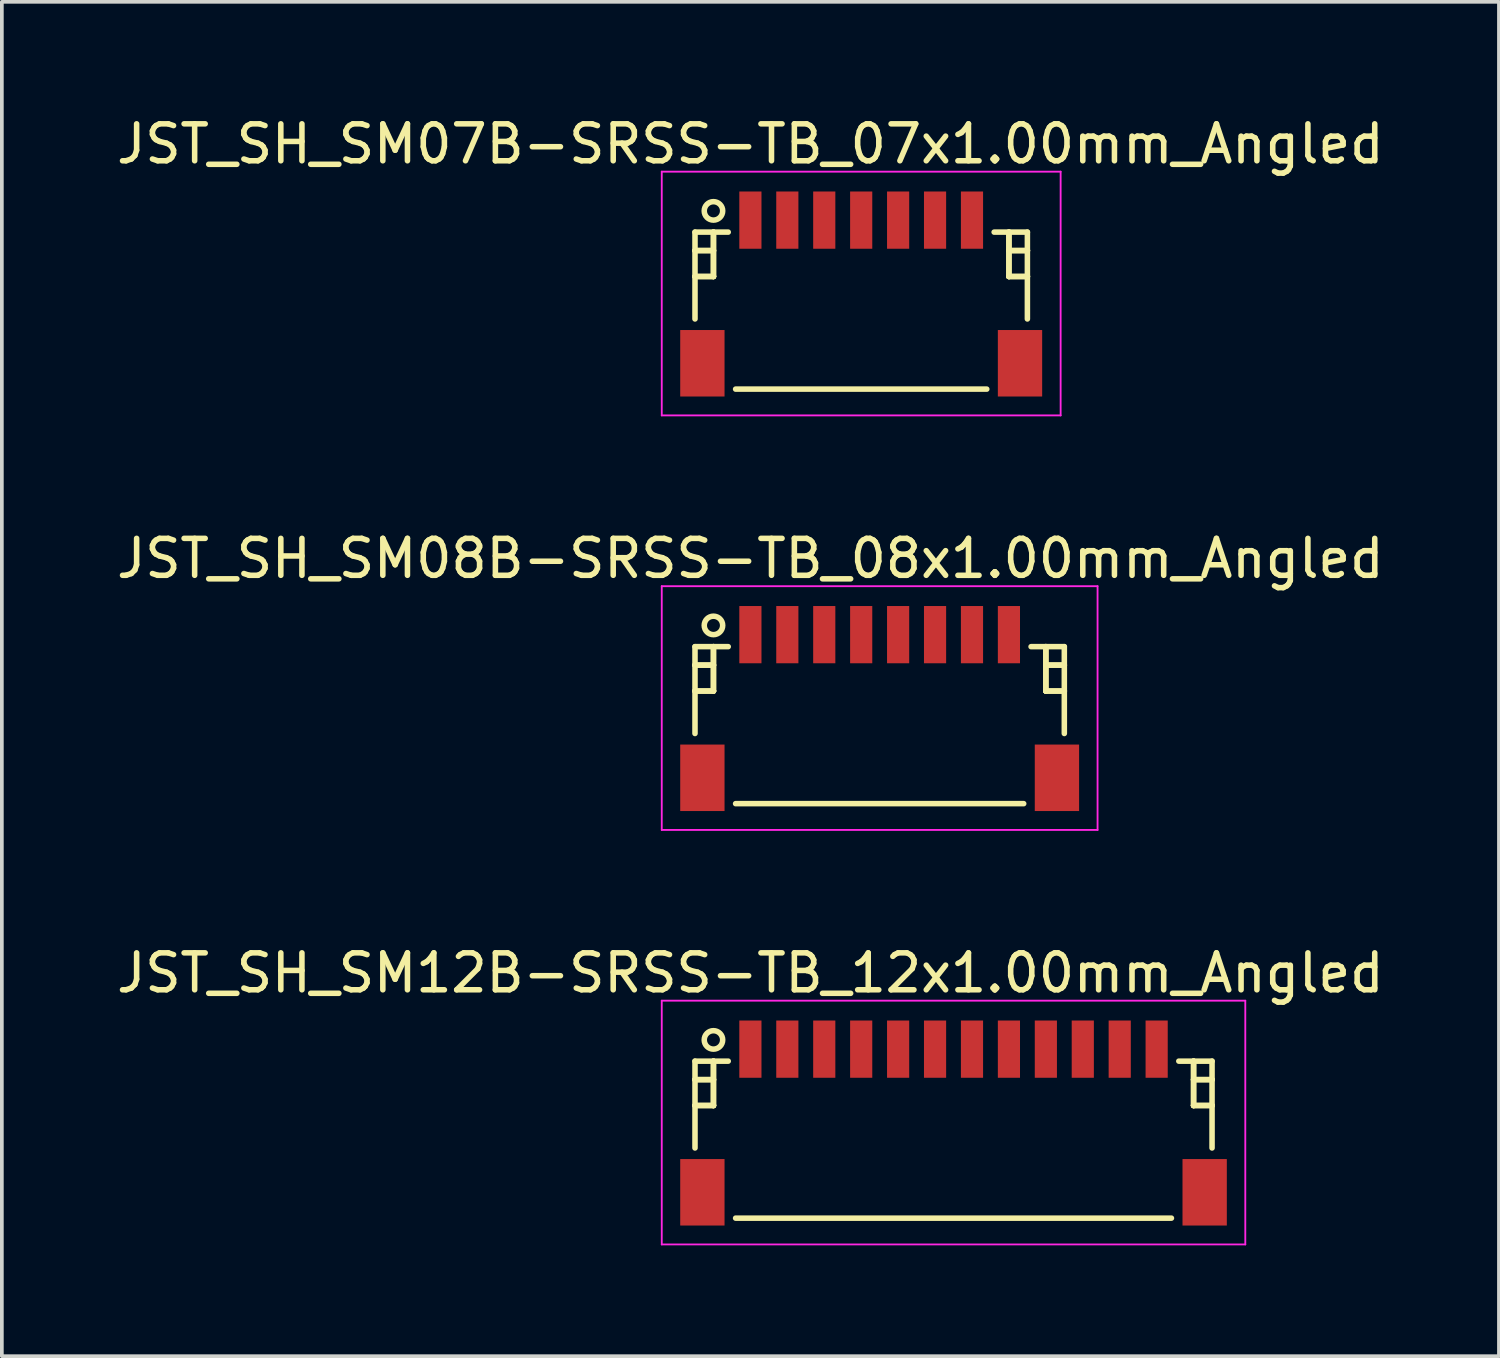
<source format=kicad_pcb>
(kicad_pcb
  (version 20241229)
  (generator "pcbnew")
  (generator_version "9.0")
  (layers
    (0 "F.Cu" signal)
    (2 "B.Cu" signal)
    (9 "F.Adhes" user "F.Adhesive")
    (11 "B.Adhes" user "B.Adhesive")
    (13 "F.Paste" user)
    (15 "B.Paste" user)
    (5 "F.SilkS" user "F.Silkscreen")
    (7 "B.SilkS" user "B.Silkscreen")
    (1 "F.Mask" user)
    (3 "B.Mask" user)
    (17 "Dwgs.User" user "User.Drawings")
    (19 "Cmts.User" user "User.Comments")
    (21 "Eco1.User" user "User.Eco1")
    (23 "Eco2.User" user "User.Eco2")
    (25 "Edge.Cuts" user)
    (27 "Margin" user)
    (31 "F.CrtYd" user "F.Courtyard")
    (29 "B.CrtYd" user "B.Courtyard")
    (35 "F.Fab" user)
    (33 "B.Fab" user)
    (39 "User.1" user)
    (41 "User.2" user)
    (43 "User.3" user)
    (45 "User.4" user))
  (footprint "JST_SH_SM08B-SRSS-TB_08x1.00mm_Angled"
    (layer "F.Cu")
    (at 20.768 16.072)
    (property "Reference" "JST_SH_SM08B-SRSS-TB_08x1.00mm_Angled" (at -3.5 -4 0) (layer "F.SilkS") (effects (font (size 1 1) (thickness 0.15))))
    (attr smd)
    (fp_line (start -5 -1.613) (end -4.1 -1.613) (stroke (width 0.15) (type solid)) (layer "F.SilkS"))
    (fp_line (start -5 -1.113) (end -5 -1.113) (stroke (width 0.15) (type solid)) (layer "F.SilkS"))
    (fp_line (start -5 -1.113) (end -4.5 -1.113) (stroke (width 0.15) (type solid)) (layer "F.SilkS"))
    (fp_line (start -5 -0.412) (end -5 -0.412) (stroke (width 0.15) (type solid)) (layer "F.SilkS"))
    (fp_line (start -5 -0.412) (end -4.5 -0.412) (stroke (width 0.15) (type solid)) (layer "F.SilkS"))
    (fp_line (start -5 0.738) (end -5 -1.613) (stroke (width 0.15) (type solid)) (layer "F.SilkS"))
    (fp_line (start -4.5 -1.613) (end -4.5 -1.613) (stroke (width 0.15) (type solid)) (layer "F.SilkS"))
    (fp_line (start -4.5 -1.613) (end -4.5 -0.412) (stroke (width 0.15) (type solid)) (layer "F.SilkS"))
    (fp_line (start -4.5 -1.113) (end -5 -1.113) (stroke (width 0.15) (type solid)) (layer "F.SilkS"))
    (fp_line (start -4.5 -1.113) (end -4.5 -1.113) (stroke (width 0.15) (type solid)) (layer "F.SilkS"))
    (fp_line (start -4.5 -0.412) (end -5 -0.412) (stroke (width 0.15) (type solid)) (layer "F.SilkS"))
    (fp_line (start -4.5 -0.412) (end -4.5 -1.613) (stroke (width 0.15) (type solid)) (layer "F.SilkS"))
    (fp_line (start -4.5 -0.412) (end -4.5 -0.412) (stroke (width 0.15) (type solid)) (layer "F.SilkS"))
    (fp_line (start -4.5 -0.412) (end -4.5 -0.412) (stroke (width 0.15) (type solid)) (layer "F.SilkS"))
    (fp_line (start -3.9 2.638) (end 3.9 2.638) (stroke (width 0.15) (type solid)) (layer "F.SilkS"))
    (fp_line (start 4.5 -1.613) (end 4.5 -1.613) (stroke (width 0.15) (type solid)) (layer "F.SilkS"))
    (fp_line (start 4.5 -1.613) (end 4.5 -0.412) (stroke (width 0.15) (type solid)) (layer "F.SilkS"))
    (fp_line (start 4.5 -1.113) (end 4.5 -1.113) (stroke (width 0.15) (type solid)) (layer "F.SilkS"))
    (fp_line (start 4.5 -1.113) (end 5 -1.113) (stroke (width 0.15) (type solid)) (layer "F.SilkS"))
    (fp_line (start 4.5 -0.412) (end 4.5 -1.613) (stroke (width 0.15) (type solid)) (layer "F.SilkS"))
    (fp_line (start 4.5 -0.412) (end 4.5 -0.412) (stroke (width 0.15) (type solid)) (layer "F.SilkS"))
    (fp_line (start 4.5 -0.412) (end 4.5 -0.412) (stroke (width 0.15) (type solid)) (layer "F.SilkS"))
    (fp_line (start 4.5 -0.412) (end 5 -0.412) (stroke (width 0.15) (type solid)) (layer "F.SilkS"))
    (fp_line (start 5 -1.613) (end 4.1 -1.613) (stroke (width 0.15) (type solid)) (layer "F.SilkS"))
    (fp_line (start 5 -1.113) (end 4.5 -1.113) (stroke (width 0.15) (type solid)) (layer "F.SilkS"))
    (fp_line (start 5 -1.113) (end 5 -1.113) (stroke (width 0.15) (type solid)) (layer "F.SilkS"))
    (fp_line (start 5 -0.412) (end 4.5 -0.412) (stroke (width 0.15) (type solid)) (layer "F.SilkS"))
    (fp_line (start 5 -0.412) (end 5 -0.412) (stroke (width 0.15) (type solid)) (layer "F.SilkS"))
    (fp_line (start 5 0.738) (end 5 -1.613) (stroke (width 0.15) (type solid)) (layer "F.SilkS"))
    (fp_circle (center -4.5 -2.188) (end -4.25 -2.188) (stroke (width 0.15) (type solid)) (fill no) (layer "F.SilkS"))
    (fp_line (start -5.9 -3.25) (end 5.9 -3.25) (stroke (width 0.05) (type solid)) (layer "F.CrtYd"))
    (fp_line (start -5.9 3.35) (end -5.9 -3.25) (stroke (width 0.05) (type solid)) (layer "F.CrtYd"))
    (fp_line (start 5.9 -3.25) (end 5.9 3.35) (stroke (width 0.05) (type solid)) (layer "F.CrtYd"))
    (fp_line (start 5.9 3.35) (end -5.9 3.35) (stroke (width 0.05) (type solid)) (layer "F.CrtYd"))
    (pad "" smd rect (at -4.8 1.938) (size 1.2 1.8) (layers "F.Cu" "F.Mask" "F.Paste"))
    (pad "" smd rect (at 4.8 1.938) (size 1.2 1.8) (layers "F.Cu" "F.Mask" "F.Paste"))
    (pad "1" smd rect (at -3.5 -1.938) (size 0.6 1.55) (layers "F.Cu" "F.Mask" "F.Paste"))
    (pad "2" smd rect (at -2.5 -1.938) (size 0.6 1.55) (layers "F.Cu" "F.Mask" "F.Paste"))
    (pad "3" smd rect (at -1.5 -1.938) (size 0.6 1.55) (layers "F.Cu" "F.Mask" "F.Paste"))
    (pad "4" smd rect (at -0.5 -1.938) (size 0.6 1.55) (layers "F.Cu" "F.Mask" "F.Paste"))
    (pad "5" smd rect (at 0.5 -1.938) (size 0.6 1.55) (layers "F.Cu" "F.Mask" "F.Paste"))
    (pad "6" smd rect (at 1.5 -1.938) (size 0.6 1.55) (layers "F.Cu" "F.Mask" "F.Paste"))
    (pad "7" smd rect (at 2.5 -1.938) (size 0.6 1.55) (layers "F.Cu" "F.Mask" "F.Paste"))
    (pad "8" smd rect (at 3.5 -1.938) (size 0.6 1.55) (layers "F.Cu" "F.Mask" "F.Paste")))
  (footprint "JST_SH_SM07B-SRSS-TB_07x1.00mm_Angled"
    (layer "F.Cu")
    (at 20.268 4.848)
    (property "Reference" "JST_SH_SM07B-SRSS-TB_07x1.00mm_Angled" (at -3 -4 0) (layer "F.SilkS") (effects (font (size 1 1) (thickness 0.15))))
    (attr smd)
    (fp_line (start -4.5 -1.613) (end -3.6 -1.613) (stroke (width 0.15) (type solid)) (layer "F.SilkS"))
    (fp_line (start -4.5 -1.113) (end -4.5 -1.113) (stroke (width 0.15) (type solid)) (layer "F.SilkS"))
    (fp_line (start -4.5 -1.113) (end -4 -1.113) (stroke (width 0.15) (type solid)) (layer "F.SilkS"))
    (fp_line (start -4.5 -0.412) (end -4.5 -0.412) (stroke (width 0.15) (type solid)) (layer "F.SilkS"))
    (fp_line (start -4.5 -0.412) (end -4 -0.412) (stroke (width 0.15) (type solid)) (layer "F.SilkS"))
    (fp_line (start -4.5 0.738) (end -4.5 -1.613) (stroke (width 0.15) (type solid)) (layer "F.SilkS"))
    (fp_line (start -4 -1.613) (end -4 -1.613) (stroke (width 0.15) (type solid)) (layer "F.SilkS"))
    (fp_line (start -4 -1.613) (end -4 -0.412) (stroke (width 0.15) (type solid)) (layer "F.SilkS"))
    (fp_line (start -4 -1.113) (end -4.5 -1.113) (stroke (width 0.15) (type solid)) (layer "F.SilkS"))
    (fp_line (start -4 -1.113) (end -4 -1.113) (stroke (width 0.15) (type solid)) (layer "F.SilkS"))
    (fp_line (start -4 -0.412) (end -4.5 -0.412) (stroke (width 0.15) (type solid)) (layer "F.SilkS"))
    (fp_line (start -4 -0.412) (end -4 -1.613) (stroke (width 0.15) (type solid)) (layer "F.SilkS"))
    (fp_line (start -4 -0.412) (end -4 -0.412) (stroke (width 0.15) (type solid)) (layer "F.SilkS"))
    (fp_line (start -4 -0.412) (end -4 -0.412) (stroke (width 0.15) (type solid)) (layer "F.SilkS"))
    (fp_line (start -3.4 2.638) (end 3.4 2.638) (stroke (width 0.15) (type solid)) (layer "F.SilkS"))
    (fp_line (start 4 -1.613) (end 4 -1.613) (stroke (width 0.15) (type solid)) (layer "F.SilkS"))
    (fp_line (start 4 -1.613) (end 4 -0.412) (stroke (width 0.15) (type solid)) (layer "F.SilkS"))
    (fp_line (start 4 -1.113) (end 4 -1.113) (stroke (width 0.15) (type solid)) (layer "F.SilkS"))
    (fp_line (start 4 -1.113) (end 4.5 -1.113) (stroke (width 0.15) (type solid)) (layer "F.SilkS"))
    (fp_line (start 4 -0.412) (end 4 -1.613) (stroke (width 0.15) (type solid)) (layer "F.SilkS"))
    (fp_line (start 4 -0.412) (end 4 -0.412) (stroke (width 0.15) (type solid)) (layer "F.SilkS"))
    (fp_line (start 4 -0.412) (end 4 -0.412) (stroke (width 0.15) (type solid)) (layer "F.SilkS"))
    (fp_line (start 4 -0.412) (end 4.5 -0.412) (stroke (width 0.15) (type solid)) (layer "F.SilkS"))
    (fp_line (start 4.5 -1.613) (end 3.6 -1.613) (stroke (width 0.15) (type solid)) (layer "F.SilkS"))
    (fp_line (start 4.5 -1.113) (end 4 -1.113) (stroke (width 0.15) (type solid)) (layer "F.SilkS"))
    (fp_line (start 4.5 -1.113) (end 4.5 -1.113) (stroke (width 0.15) (type solid)) (layer "F.SilkS"))
    (fp_line (start 4.5 -0.412) (end 4 -0.412) (stroke (width 0.15) (type solid)) (layer "F.SilkS"))
    (fp_line (start 4.5 -0.412) (end 4.5 -0.412) (stroke (width 0.15) (type solid)) (layer "F.SilkS"))
    (fp_line (start 4.5 0.738) (end 4.5 -1.613) (stroke (width 0.15) (type solid)) (layer "F.SilkS"))
    (fp_circle (center -4 -2.188) (end -3.75 -2.188) (stroke (width 0.15) (type solid)) (fill no) (layer "F.SilkS"))
    (fp_line (start -5.4 -3.25) (end 5.4 -3.25) (stroke (width 0.05) (type solid)) (layer "F.CrtYd"))
    (fp_line (start -5.4 3.35) (end -5.4 -3.25) (stroke (width 0.05) (type solid)) (layer "F.CrtYd"))
    (fp_line (start 5.4 -3.25) (end 5.4 3.35) (stroke (width 0.05) (type solid)) (layer "F.CrtYd"))
    (fp_line (start 5.4 3.35) (end -5.4 3.35) (stroke (width 0.05) (type solid)) (layer "F.CrtYd"))
    (pad "" smd rect (at -4.3 1.938) (size 1.2 1.8) (layers "F.Cu" "F.Mask" "F.Paste"))
    (pad "" smd rect (at 4.3 1.938) (size 1.2 1.8) (layers "F.Cu" "F.Mask" "F.Paste"))
    (pad "1" smd rect (at -3 -1.938) (size 0.6 1.55) (layers "F.Cu" "F.Mask" "F.Paste"))
    (pad "2" smd rect (at -2 -1.938) (size 0.6 1.55) (layers "F.Cu" "F.Mask" "F.Paste"))
    (pad "3" smd rect (at -1 -1.938) (size 0.6 1.55) (layers "F.Cu" "F.Mask" "F.Paste"))
    (pad "4" smd rect (at 0 -1.938) (size 0.6 1.55) (layers "F.Cu" "F.Mask" "F.Paste"))
    (pad "5" smd rect (at 1 -1.938) (size 0.6 1.55) (layers "F.Cu" "F.Mask" "F.Paste"))
    (pad "6" smd rect (at 2 -1.938) (size 0.6 1.55) (layers "F.Cu" "F.Mask" "F.Paste"))
    (pad "7" smd rect (at 3 -1.938) (size 0.6 1.55) (layers "F.Cu" "F.Mask" "F.Paste")))
  (footprint "JST_SH_SM12B-SRSS-TB_12x1.00mm_Angled"
    (layer "F.Cu")
    (at 22.768 27.295)
    (property "Reference" "JST_SH_SM12B-SRSS-TB_12x1.00mm_Angled" (at -5.5 -4 0) (layer "F.SilkS") (effects (font (size 1 1) (thickness 0.15))))
    (attr smd)
    (fp_line (start -7 -1.613) (end -6.1 -1.613) (stroke (width 0.15) (type solid)) (layer "F.SilkS"))
    (fp_line (start -7 -1.113) (end -7 -1.113) (stroke (width 0.15) (type solid)) (layer "F.SilkS"))
    (fp_line (start -7 -1.113) (end -6.5 -1.113) (stroke (width 0.15) (type solid)) (layer "F.SilkS"))
    (fp_line (start -7 -0.412) (end -7 -0.412) (stroke (width 0.15) (type solid)) (layer "F.SilkS"))
    (fp_line (start -7 -0.412) (end -6.5 -0.412) (stroke (width 0.15) (type solid)) (layer "F.SilkS"))
    (fp_line (start -7 0.738) (end -7 -1.613) (stroke (width 0.15) (type solid)) (layer "F.SilkS"))
    (fp_line (start -6.5 -1.613) (end -6.5 -1.613) (stroke (width 0.15) (type solid)) (layer "F.SilkS"))
    (fp_line (start -6.5 -1.613) (end -6.5 -0.412) (stroke (width 0.15) (type solid)) (layer "F.SilkS"))
    (fp_line (start -6.5 -1.113) (end -7 -1.113) (stroke (width 0.15) (type solid)) (layer "F.SilkS"))
    (fp_line (start -6.5 -1.113) (end -6.5 -1.113) (stroke (width 0.15) (type solid)) (layer "F.SilkS"))
    (fp_line (start -6.5 -0.412) (end -7 -0.412) (stroke (width 0.15) (type solid)) (layer "F.SilkS"))
    (fp_line (start -6.5 -0.412) (end -6.5 -1.613) (stroke (width 0.15) (type solid)) (layer "F.SilkS"))
    (fp_line (start -6.5 -0.412) (end -6.5 -0.412) (stroke (width 0.15) (type solid)) (layer "F.SilkS"))
    (fp_line (start -6.5 -0.412) (end -6.5 -0.412) (stroke (width 0.15) (type solid)) (layer "F.SilkS"))
    (fp_line (start -5.9 2.638) (end 5.9 2.638) (stroke (width 0.15) (type solid)) (layer "F.SilkS"))
    (fp_line (start 6.5 -1.613) (end 6.5 -1.613) (stroke (width 0.15) (type solid)) (layer "F.SilkS"))
    (fp_line (start 6.5 -1.613) (end 6.5 -0.412) (stroke (width 0.15) (type solid)) (layer "F.SilkS"))
    (fp_line (start 6.5 -1.113) (end 6.5 -1.113) (stroke (width 0.15) (type solid)) (layer "F.SilkS"))
    (fp_line (start 6.5 -1.113) (end 7 -1.113) (stroke (width 0.15) (type solid)) (layer "F.SilkS"))
    (fp_line (start 6.5 -0.412) (end 6.5 -1.613) (stroke (width 0.15) (type solid)) (layer "F.SilkS"))
    (fp_line (start 6.5 -0.412) (end 6.5 -0.412) (stroke (width 0.15) (type solid)) (layer "F.SilkS"))
    (fp_line (start 6.5 -0.412) (end 6.5 -0.412) (stroke (width 0.15) (type solid)) (layer "F.SilkS"))
    (fp_line (start 6.5 -0.412) (end 7 -0.412) (stroke (width 0.15) (type solid)) (layer "F.SilkS"))
    (fp_line (start 7 -1.613) (end 6.1 -1.613) (stroke (width 0.15) (type solid)) (layer "F.SilkS"))
    (fp_line (start 7 -1.113) (end 6.5 -1.113) (stroke (width 0.15) (type solid)) (layer "F.SilkS"))
    (fp_line (start 7 -1.113) (end 7 -1.113) (stroke (width 0.15) (type solid)) (layer "F.SilkS"))
    (fp_line (start 7 -0.412) (end 6.5 -0.412) (stroke (width 0.15) (type solid)) (layer "F.SilkS"))
    (fp_line (start 7 -0.412) (end 7 -0.412) (stroke (width 0.15) (type solid)) (layer "F.SilkS"))
    (fp_line (start 7 0.738) (end 7 -1.613) (stroke (width 0.15) (type solid)) (layer "F.SilkS"))
    (fp_circle (center -6.5 -2.188) (end -6.25 -2.188) (stroke (width 0.15) (type solid)) (fill no) (layer "F.SilkS"))
    (fp_line (start -7.9 -3.25) (end 7.9 -3.25) (stroke (width 0.05) (type solid)) (layer "F.CrtYd"))
    (fp_line (start -7.9 3.35) (end -7.9 -3.25) (stroke (width 0.05) (type solid)) (layer "F.CrtYd"))
    (fp_line (start 7.9 -3.25) (end 7.9 3.35) (stroke (width 0.05) (type solid)) (layer "F.CrtYd"))
    (fp_line (start 7.9 3.35) (end -7.9 3.35) (stroke (width 0.05) (type solid)) (layer "F.CrtYd"))
    (pad "" smd rect (at -6.8 1.938) (size 1.2 1.8) (layers "F.Cu" "F.Mask" "F.Paste"))
    (pad "" smd rect (at 6.8 1.938) (size 1.2 1.8) (layers "F.Cu" "F.Mask" "F.Paste"))
    (pad "1" smd rect (at -5.5 -1.938) (size 0.6 1.55) (layers "F.Cu" "F.Mask" "F.Paste"))
    (pad "2" smd rect (at -4.5 -1.938) (size 0.6 1.55) (layers "F.Cu" "F.Mask" "F.Paste"))
    (pad "3" smd rect (at -3.5 -1.938) (size 0.6 1.55) (layers "F.Cu" "F.Mask" "F.Paste"))
    (pad "4" smd rect (at -2.5 -1.938) (size 0.6 1.55) (layers "F.Cu" "F.Mask" "F.Paste"))
    (pad "5" smd rect (at -1.5 -1.938) (size 0.6 1.55) (layers "F.Cu" "F.Mask" "F.Paste"))
    (pad "6" smd rect (at -0.5 -1.938) (size 0.6 1.55) (layers "F.Cu" "F.Mask" "F.Paste"))
    (pad "7" smd rect (at 0.5 -1.938) (size 0.6 1.55) (layers "F.Cu" "F.Mask" "F.Paste"))
    (pad "8" smd rect (at 1.5 -1.938) (size 0.6 1.55) (layers "F.Cu" "F.Mask" "F.Paste"))
    (pad "9" smd rect (at 2.5 -1.938) (size 0.6 1.55) (layers "F.Cu" "F.Mask" "F.Paste"))
    (pad "10" smd rect (at 3.5 -1.938) (size 0.6 1.55) (layers "F.Cu" "F.Mask" "F.Paste"))
    (pad "11" smd rect (at 4.5 -1.938) (size 0.6 1.55) (layers "F.Cu" "F.Mask" "F.Paste"))
    (pad "12" smd rect (at 5.5 -1.938) (size 0.6 1.55) (layers "F.Cu" "F.Mask" "F.Paste")))
  (gr_rect
    (start -3 -3)
    (end 37.536 33.67)
    (stroke (width 0.1) (type default))
    (fill no)
    (layer "Edge.Cuts")))
</source>
